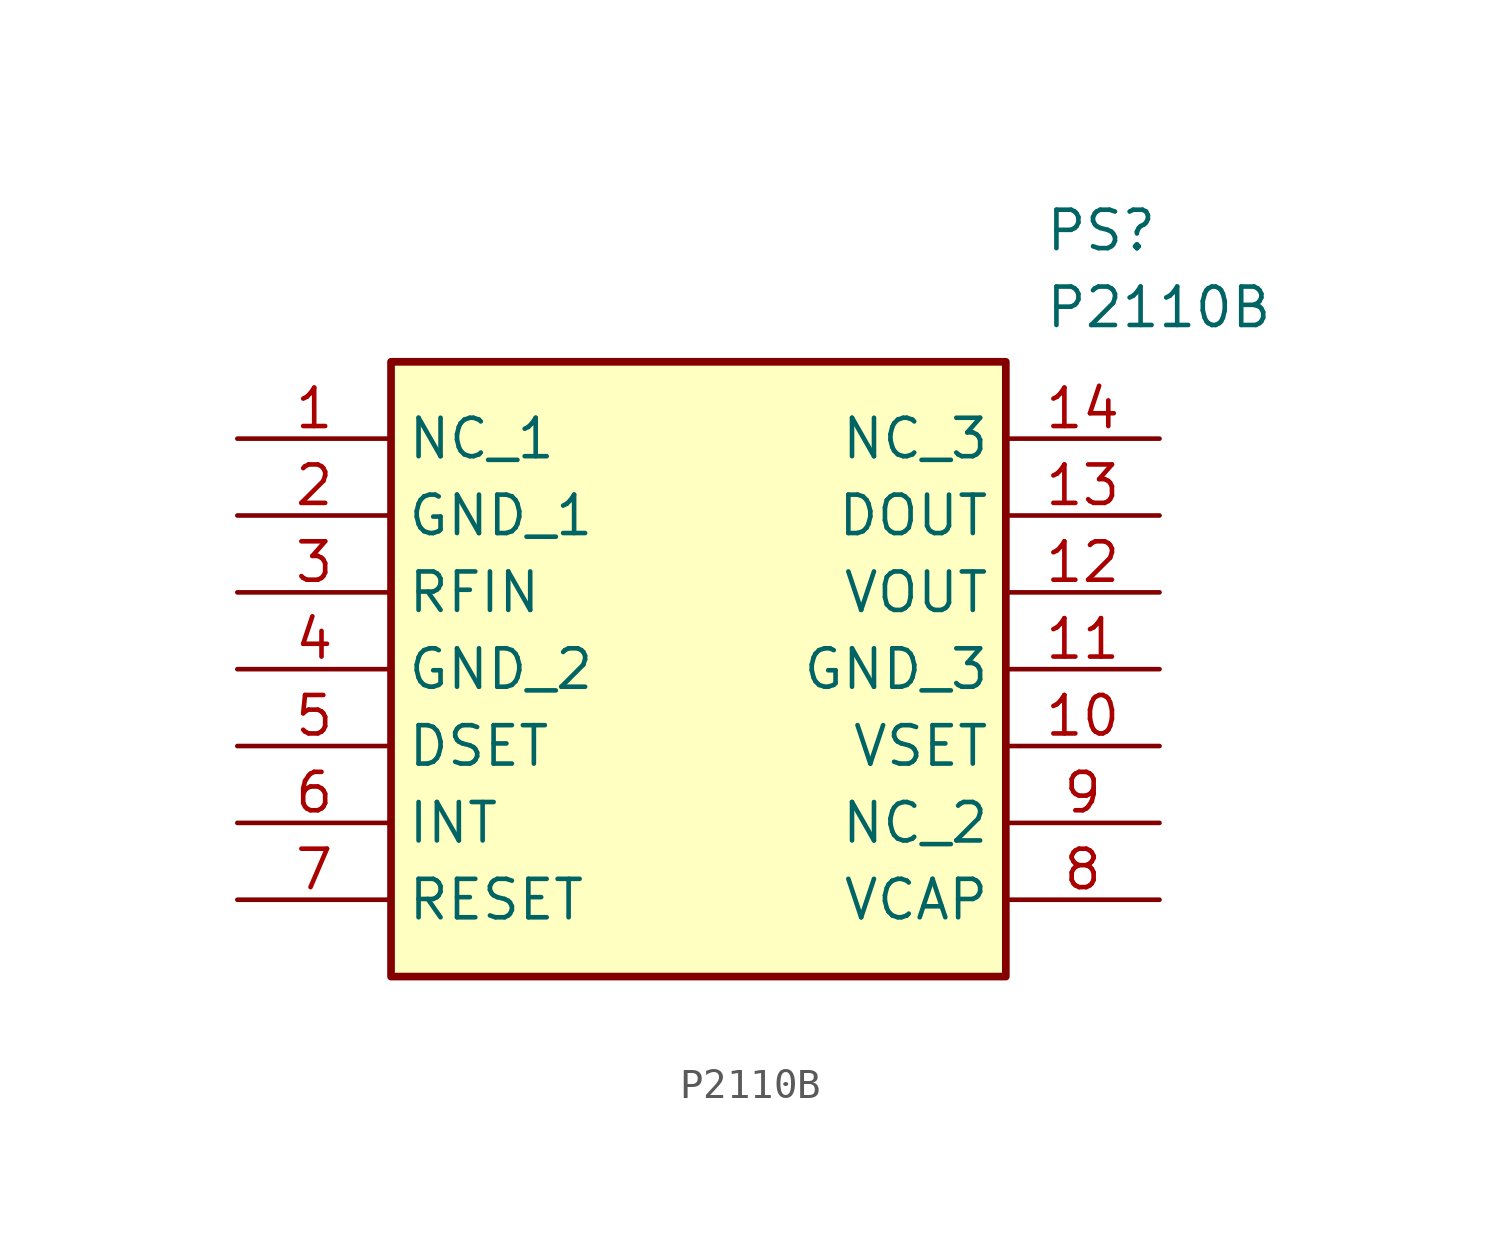
<source format=kicad_sym>
(kicad_symbol_lib
  (version 20211014)
  (generator SamacSys_ECAD_Model)
  (symbol "P2110B"
    (property "Reference" "PS"
      (at 26.67 7.62 0)
      (effects (font (size 1.27 1.27)) (justify left top)))
    (property "Value" "P2110B"
      (at 26.67 5.08 0)
      (effects (font (size 1.27 1.27)) (justify left top)))
    (rectangle
      (start 5.08 2.54)
      (end 25.4 -17.78)
      (stroke (width 0.254) (type default))
      (fill (type background)))
    (pin passive line
      (at 0 0 0)
      (length 5.08)
      (name "NC_1" (effects (font (size 1.27 1.27))))
      (number "1" (effects (font (size 1.27 1.27)))))
    (pin passive line
      (at 0 -2.54 0)
      (length 5.08)
      (name "GND_1" (effects (font (size 1.27 1.27))))
      (number "2" (effects (font (size 1.27 1.27)))))
    (pin passive line
      (at 0 -5.08 0)
      (length 5.08)
      (name "RFIN" (effects (font (size 1.27 1.27))))
      (number "3" (effects (font (size 1.27 1.27)))))
    (pin passive line
      (at 0 -7.62 0)
      (length 5.08)
      (name "GND_2" (effects (font (size 1.27 1.27))))
      (number "4" (effects (font (size 1.27 1.27)))))
    (pin passive line
      (at 0 -10.16 0)
      (length 5.08)
      (name "DSET" (effects (font (size 1.27 1.27))))
      (number "5" (effects (font (size 1.27 1.27)))))
    (pin passive line
      (at 0 -12.7 0)
      (length 5.08)
      (name "INT" (effects (font (size 1.27 1.27))))
      (number "6" (effects (font (size 1.27 1.27)))))
    (pin passive line
      (at 0 -15.24 0)
      (length 5.08)
      (name "RESET" (effects (font (size 1.27 1.27))))
      (number "7" (effects (font (size 1.27 1.27)))))
    (pin passive line
      (at 30.48 -15.24 180)
      (length 5.08)
      (name "VCAP" (effects (font (size 1.27 1.27))))
      (number "8" (effects (font (size 1.27 1.27)))))
    (pin passive line
      (at 30.48 -12.7 180)
      (length 5.08)
      (name "NC_2" (effects (font (size 1.27 1.27))))
      (number "9" (effects (font (size 1.27 1.27)))))
    (pin passive line
      (at 30.48 -10.16 180)
      (length 5.08)
      (name "VSET" (effects (font (size 1.27 1.27))))
      (number "10" (effects (font (size 1.27 1.27)))))
    (pin passive line
      (at 30.48 -7.62 180)
      (length 5.08)
      (name "GND_3" (effects (font (size 1.27 1.27))))
      (number "11" (effects (font (size 1.27 1.27)))))
    (pin passive line
      (at 30.48 -5.08 180)
      (length 5.08)
      (name "VOUT" (effects (font (size 1.27 1.27))))
      (number "12" (effects (font (size 1.27 1.27)))))
    (pin passive line
      (at 30.48 -2.54 180)
      (length 5.08)
      (name "DOUT" (effects (font (size 1.27 1.27))))
      (number "13" (effects (font (size 1.27 1.27)))))
    (pin passive line
      (at 30.48 0 180)
      (length 5.08)
      (name "NC_3" (effects (font (size 1.27 1.27))))
      (number "14" (effects (font (size 1.27 1.27)))))))
</source>
